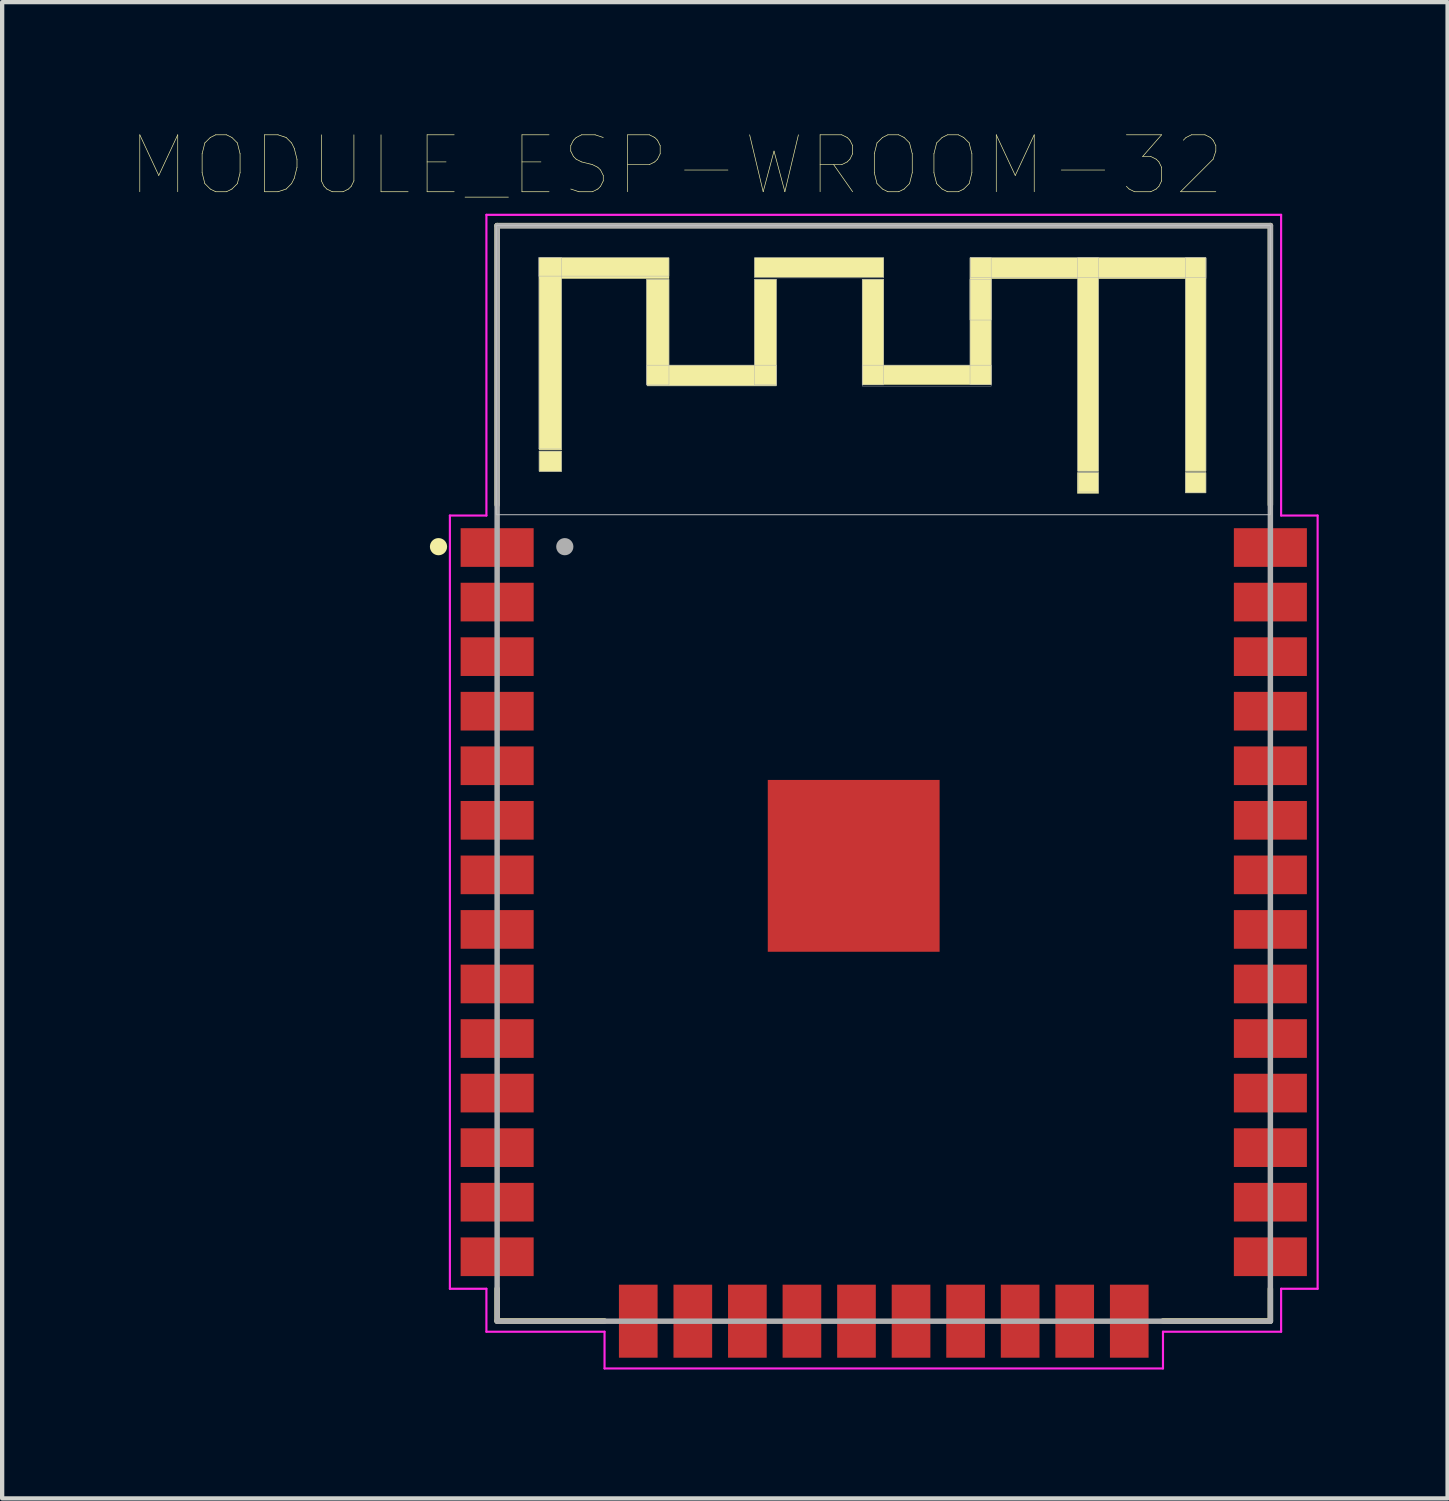
<source format=kicad_pcb>
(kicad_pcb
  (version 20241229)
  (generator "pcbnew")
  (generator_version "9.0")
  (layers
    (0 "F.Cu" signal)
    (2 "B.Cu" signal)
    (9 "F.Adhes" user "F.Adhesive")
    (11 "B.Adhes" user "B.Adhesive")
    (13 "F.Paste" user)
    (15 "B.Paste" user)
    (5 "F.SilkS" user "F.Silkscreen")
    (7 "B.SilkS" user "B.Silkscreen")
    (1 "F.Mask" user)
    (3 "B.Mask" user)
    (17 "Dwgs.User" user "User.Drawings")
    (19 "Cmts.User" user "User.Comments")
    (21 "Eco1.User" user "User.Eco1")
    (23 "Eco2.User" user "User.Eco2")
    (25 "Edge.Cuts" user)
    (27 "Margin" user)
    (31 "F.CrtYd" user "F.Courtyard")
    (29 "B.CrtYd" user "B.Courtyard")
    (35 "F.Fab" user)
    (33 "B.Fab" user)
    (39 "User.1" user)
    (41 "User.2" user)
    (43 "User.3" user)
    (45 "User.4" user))
  (footprint "MODULE_ESP-WROOM-32"
    (layer "F.Cu")
    (at 17.523 17.951)
    (property "Reference" "MODULE_ESP-WROOM-32" (at -4.826 -17.15 0) (layer "F.SilkS") (effects (font (size 1.325 1.325) (thickness 0.015))))
    (attr through_hole)
    (fp_line (start -9 -15.75) (end 9 -15.75) (stroke (width 0.127) (type solid)) (layer "F.SilkS"))
    (fp_line (start -9 -9.25) (end -9 -15.75) (stroke (width 0.127) (type solid)) (layer "F.SilkS"))
    (fp_line (start -9 9) (end -9 9.75) (stroke (width 0.127) (type solid)) (layer "F.SilkS"))
    (fp_line (start -9 9.75) (end -6.5 9.75) (stroke (width 0.127) (type solid)) (layer "F.SilkS"))
    (fp_line (start 6.5 9.75) (end 9 9.75) (stroke (width 0.127) (type solid)) (layer "F.SilkS"))
    (fp_line (start 9 -15.75) (end 9 -9.25) (stroke (width 0.127) (type solid)) (layer "F.SilkS"))
    (fp_line (start 9 9.75) (end 9 9) (stroke (width 0.127) (type solid)) (layer "F.SilkS"))
    (fp_circle (center -10.365 -8.275) (end -10.265 -8.275) (stroke (width 0.2) (type solid)) (fill no) (layer "F.SilkS"))
    (fp_poly (pts (xy -8.022 -15) (xy -7.5 -15) (xy -7.5 -10.529) (xy -8.022 -10.529)) (stroke (width 0.01) (type solid)) (fill yes) (layer "F.SilkS"))
    (fp_poly (pts (xy -8.02 -10.5) (xy -7.5 -10.5) (xy -7.5 -10.025) (xy -8.02 -10.025)) (stroke (width 0.01) (type solid)) (fill yes) (layer "F.SilkS"))
    (fp_poly (pts (xy -8.009 -15) (xy -5 -15) (xy -5 -14.517) (xy -8.009 -14.517)) (stroke (width 0.01) (type solid)) (fill yes) (layer "F.SilkS"))
    (fp_poly (pts (xy -5.522 -14.5) (xy -5 -14.5) (xy -5 -12.047) (xy -5.522 -12.047)) (stroke (width 0.01) (type solid)) (fill yes) (layer "F.SilkS"))
    (fp_poly (pts (xy -5.508 -12.5) (xy -2.5 -12.5) (xy -2.5 -12.018) (xy -5.508 -12.018)) (stroke (width 0.01) (type solid)) (fill yes) (layer "F.SilkS"))
    (fp_poly (pts (xy -3.01 -14.5) (xy -2.5 -14.5) (xy -2.5 -12.041) (xy -3.01 -12.041)) (stroke (width 0.01) (type solid)) (fill yes) (layer "F.SilkS"))
    (fp_poly (pts (xy -3.01 -15) (xy 0 -15) (xy 0 -14.549) (xy -3.01 -14.549)) (stroke (width 0.01) (type solid)) (fill yes) (layer "F.SilkS"))
    (fp_poly (pts (xy -0.502 -12.5) (xy 2.5 -12.5) (xy 2.5 -12.05) (xy -0.502 -12.05)) (stroke (width 0.01) (type solid)) (fill yes) (layer "F.SilkS"))
    (fp_poly (pts (xy -0.502 -14.5) (xy 0 -14.5) (xy 0 -12.049) (xy -0.502 -12.049)) (stroke (width 0.01) (type solid)) (fill yes) (layer "F.SilkS"))
    (fp_poly (pts (xy 2.008 -15) (xy 2.5 -15) (xy 2.5 -13.554) (xy 2.008 -13.554)) (stroke (width 0.01) (type solid)) (fill yes) (layer "F.SilkS"))
    (fp_poly (pts (xy 2.009 -14.5) (xy 2.5 -14.5) (xy 2.5 -12.053) (xy 2.009 -12.053)) (stroke (width 0.01) (type solid)) (fill yes) (layer "F.SilkS"))
    (fp_poly (pts (xy 2.012 -15) (xy 7.5 -15) (xy 7.5 -14.514) (xy 2.012 -14.514)) (stroke (width 0.01) (type solid)) (fill yes) (layer "F.SilkS"))
    (fp_poly (pts (xy 4.508 -10) (xy 5 -10) (xy 5 -9.517) (xy 4.508 -9.517)) (stroke (width 0.01) (type solid)) (fill yes) (layer "F.SilkS"))
    (fp_poly (pts (xy 4.514 -15) (xy 5 -15) (xy 5 -10.031) (xy 4.514 -10.031)) (stroke (width 0.01) (type solid)) (fill yes) (layer "F.SilkS"))
    (fp_poly (pts (xy 7.019 -10) (xy 7.5 -10) (xy 7.5 -9.526) (xy 7.019 -9.526)) (stroke (width 0.01) (type solid)) (fill yes) (layer "F.SilkS"))
    (fp_poly (pts (xy 7.021 -15) (xy 7.5 -15) (xy 7.5 -10.03) (xy 7.021 -10.03)) (stroke (width 0.01) (type solid)) (fill yes) (layer "F.SilkS"))
    (fp_poly (pts (xy -9.026 -15.75) (xy 9 -15.75) (xy 9 -9.026) (xy -9.026 -9.026)) (stroke (width 0.01) (type solid)) (fill no) (layer "Dwgs.User"))
    (fp_poly (pts (xy -9.024 -15.75) (xy 9 -15.75) (xy 9 -9.024) (xy -9.024 -9.024)) (stroke (width 0.01) (type solid)) (fill no) (layer "Dwgs.User"))
    (fp_poly (pts (xy -9.012 -15.75) (xy 9 -15.75) (xy 9 -9.012) (xy -9.012 -9.012)) (stroke (width 0.01) (type solid)) (fill no) (layer "Dwgs.User"))
    (fp_line (start -10.1 -9) (end -9.25 -9) (stroke (width 0.05) (type solid)) (layer "F.CrtYd"))
    (fp_line (start -10.1 9) (end -10.1 -9) (stroke (width 0.05) (type solid)) (layer "F.CrtYd"))
    (fp_line (start -9.25 -16) (end 9.25 -16) (stroke (width 0.05) (type solid)) (layer "F.CrtYd"))
    (fp_line (start -9.25 -9) (end -9.25 -16) (stroke (width 0.05) (type solid)) (layer "F.CrtYd"))
    (fp_line (start -9.25 9) (end -10.1 9) (stroke (width 0.05) (type solid)) (layer "F.CrtYd"))
    (fp_line (start -9.25 10) (end -9.25 9) (stroke (width 0.05) (type solid)) (layer "F.CrtYd"))
    (fp_line (start -6.5 10) (end -9.25 10) (stroke (width 0.05) (type solid)) (layer "F.CrtYd"))
    (fp_line (start -6.5 10.855) (end -6.5 10) (stroke (width 0.05) (type solid)) (layer "F.CrtYd"))
    (fp_line (start 6.5 10) (end 6.5 10.855) (stroke (width 0.05) (type solid)) (layer "F.CrtYd"))
    (fp_line (start 6.5 10.855) (end -6.5 10.855) (stroke (width 0.05) (type solid)) (layer "F.CrtYd"))
    (fp_line (start 9.25 -16) (end 9.25 -9) (stroke (width 0.05) (type solid)) (layer "F.CrtYd"))
    (fp_line (start 9.25 -9) (end 10.1 -9) (stroke (width 0.05) (type solid)) (layer "F.CrtYd"))
    (fp_line (start 9.25 9) (end 9.25 10) (stroke (width 0.05) (type solid)) (layer "F.CrtYd"))
    (fp_line (start 9.25 10) (end 6.5 10) (stroke (width 0.05) (type solid)) (layer "F.CrtYd"))
    (fp_line (start 10.1 -9) (end 10.1 9) (stroke (width 0.05) (type solid)) (layer "F.CrtYd"))
    (fp_line (start 10.1 9) (end 9.25 9) (stroke (width 0.05) (type solid)) (layer "F.CrtYd"))
    (fp_line (start -9 -15.745) (end -9 9.755) (stroke (width 0.127) (type solid)) (layer "F.Fab"))
    (fp_line (start -9 9.755) (end 9 9.755) (stroke (width 0.127) (type solid)) (layer "F.Fab"))
    (fp_line (start 9 -15.745) (end -9 -15.745) (stroke (width 0.127) (type solid)) (layer "F.Fab"))
    (fp_line (start 9 9.755) (end 9 -15.745) (stroke (width 0.127) (type solid)) (layer "F.Fab"))
    (fp_circle (center -7.425 -8.275) (end -7.325 -8.275) (stroke (width 0.2) (type solid)) (fill no) (layer "F.Fab"))
    (fp_poly (pts (xy -8.041 -15) (xy -5 -15) (xy -5 -14.574) (xy -8.041 -14.574)) (stroke (width 0.01) (type solid)) (fill no) (layer "F.Fab"))
    (fp_poly (pts (xy -8.038 -15) (xy -7.5 -15) (xy -7.5 -10.55) (xy -8.038 -10.55)) (stroke (width 0.01) (type solid)) (fill no) (layer "F.Fab"))
    (fp_poly (pts (xy -8.027 -10.5) (xy -7.5 -10.5) (xy -7.5 -10.033) (xy -8.027 -10.033)) (stroke (width 0.01) (type solid)) (fill no) (layer "F.Fab"))
    (fp_poly (pts (xy -5.518 -14.5) (xy -5 -14.5) (xy -5 -12.04) (xy -5.518 -12.04)) (stroke (width 0.01) (type solid)) (fill no) (layer "F.Fab"))
    (fp_poly (pts (xy -5.516 -12.5) (xy -2.5 -12.5) (xy -2.5 -12.034) (xy -5.516 -12.034)) (stroke (width 0.01) (type solid)) (fill no) (layer "F.Fab"))
    (fp_poly (pts (xy -3.01 -14.5) (xy -2.5 -14.5) (xy -2.5 -12.041) (xy -3.01 -12.041)) (stroke (width 0.01) (type solid)) (fill no) (layer "F.Fab"))
    (fp_poly (pts (xy -3.006 -15) (xy 0 -15) (xy 0 -14.531) (xy -3.006 -14.531)) (stroke (width 0.01) (type solid)) (fill no) (layer "F.Fab"))
    (fp_poly (pts (xy -0.502 -14.5) (xy 0 -14.5) (xy 0 -12.04) (xy -0.502 -12.04)) (stroke (width 0.01) (type solid)) (fill no) (layer "F.Fab"))
    (fp_poly (pts (xy -0.501 -12.5) (xy 2.5 -12.5) (xy 2.5 -12.012) (xy -0.501 -12.012)) (stroke (width 0.01) (type solid)) (fill no) (layer "F.Fab"))
    (fp_poly (pts (xy 2.008 -15) (xy 2.5 -15) (xy 2.5 -13.551) (xy 2.008 -13.551)) (stroke (width 0.01) (type solid)) (fill no) (layer "F.Fab"))
    (fp_poly (pts (xy 2.008 -14.5) (xy 2.5 -14.5) (xy 2.5 -12.046) (xy 2.008 -12.046)) (stroke (width 0.01) (type solid)) (fill no) (layer "F.Fab"))
    (fp_poly (pts (xy 2.015 -15) (xy 7.5 -15) (xy 7.5 -14.541) (xy 2.015 -14.541)) (stroke (width 0.01) (type solid)) (fill no) (layer "F.Fab"))
    (fp_poly (pts (xy 4.515 -15) (xy 5 -15) (xy 5 -10.033) (xy 4.515 -10.033)) (stroke (width 0.01) (type solid)) (fill no) (layer "F.Fab"))
    (fp_poly (pts (xy 4.523 -10) (xy 5 -10) (xy 5 -9.548) (xy 4.523 -9.548)) (stroke (width 0.01) (type solid)) (fill no) (layer "F.Fab"))
    (fp_poly (pts (xy 7.022 -10) (xy 7.5 -10) (xy 7.5 -9.529) (xy 7.022 -9.529)) (stroke (width 0.01) (type solid)) (fill no) (layer "F.Fab"))
    (fp_poly (pts (xy 7.026 -15) (xy 7.5 -15) (xy 7.5 -10.037) (xy 7.026 -10.037)) (stroke (width 0.01) (type solid)) (fill no) (layer "F.Fab"))
    (pad "1" smd rect (at -9 -8.255) (size 1.7 0.9) (layers "F.Cu" "F.Mask" "F.Paste"))
    (pad "1.1" smd rect (at -0.7 -0.845) (size 4 4) (layers "F.Cu" "F.Mask" "F.Paste"))
    (pad "2" smd rect (at -9 -6.985) (size 1.7 0.9) (layers "F.Cu" "F.Mask" "F.Paste"))
    (pad "3" smd rect (at -9 -5.715) (size 1.7 0.9) (layers "F.Cu" "F.Mask" "F.Paste"))
    (pad "4" smd rect (at -9 -4.445) (size 1.7 0.9) (layers "F.Cu" "F.Mask" "F.Paste"))
    (pad "5" smd rect (at -9 -3.175) (size 1.7 0.9) (layers "F.Cu" "F.Mask" "F.Paste"))
    (pad "6" smd rect (at -9 -1.905) (size 1.7 0.9) (layers "F.Cu" "F.Mask" "F.Paste"))
    (pad "7" smd rect (at -9 -0.635) (size 1.7 0.9) (layers "F.Cu" "F.Mask" "F.Paste"))
    (pad "8" smd rect (at -9 0.635) (size 1.7 0.9) (layers "F.Cu" "F.Mask" "F.Paste"))
    (pad "9" smd rect (at -9 1.905) (size 1.7 0.9) (layers "F.Cu" "F.Mask" "F.Paste"))
    (pad "10" smd rect (at -9 3.175) (size 1.7 0.9) (layers "F.Cu" "F.Mask" "F.Paste"))
    (pad "11" smd rect (at -9 4.445) (size 1.7 0.9) (layers "F.Cu" "F.Mask" "F.Paste"))
    (pad "12" smd rect (at -9 5.715) (size 1.7 0.9) (layers "F.Cu" "F.Mask" "F.Paste"))
    (pad "13" smd rect (at -9 6.985) (size 1.7 0.9) (layers "F.Cu" "F.Mask" "F.Paste"))
    (pad "14" smd rect (at -9 8.255) (size 1.7 0.9) (layers "F.Cu" "F.Mask" "F.Paste"))
    (pad "15" smd rect (at -5.715 9.755) (size 0.9 1.7) (layers "F.Cu" "F.Mask" "F.Paste"))
    (pad "16" smd rect (at -4.445 9.755) (size 0.9 1.7) (layers "F.Cu" "F.Mask" "F.Paste"))
    (pad "17" smd rect (at -3.175 9.755) (size 0.9 1.7) (layers "F.Cu" "F.Mask" "F.Paste"))
    (pad "18" smd rect (at -1.905 9.755) (size 0.9 1.7) (layers "F.Cu" "F.Mask" "F.Paste"))
    (pad "19" smd rect (at -0.635 9.755) (size 0.9 1.7) (layers "F.Cu" "F.Mask" "F.Paste"))
    (pad "20" smd rect (at 0.635 9.755) (size 0.9 1.7) (layers "F.Cu" "F.Mask" "F.Paste"))
    (pad "21" smd rect (at 1.905 9.755) (size 0.9 1.7) (layers "F.Cu" "F.Mask" "F.Paste"))
    (pad "22" smd rect (at 3.175 9.755) (size 0.9 1.7) (layers "F.Cu" "F.Mask" "F.Paste"))
    (pad "23" smd rect (at 4.445 9.755) (size 0.9 1.7) (layers "F.Cu" "F.Mask" "F.Paste"))
    (pad "24" smd rect (at 5.715 9.755) (size 0.9 1.7) (layers "F.Cu" "F.Mask" "F.Paste"))
    (pad "25" smd rect (at 9 8.255) (size 1.7 0.9) (layers "F.Cu" "F.Mask" "F.Paste"))
    (pad "26" smd rect (at 9 6.985) (size 1.7 0.9) (layers "F.Cu" "F.Mask" "F.Paste"))
    (pad "27" smd rect (at 9 5.715) (size 1.7 0.9) (layers "F.Cu" "F.Mask" "F.Paste"))
    (pad "28" smd rect (at 9 4.445) (size 1.7 0.9) (layers "F.Cu" "F.Mask" "F.Paste"))
    (pad "29" smd rect (at 9 3.175) (size 1.7 0.9) (layers "F.Cu" "F.Mask" "F.Paste"))
    (pad "30" smd rect (at 9 1.905) (size 1.7 0.9) (layers "F.Cu" "F.Mask" "F.Paste"))
    (pad "31" smd rect (at 9 0.635) (size 1.7 0.9) (layers "F.Cu" "F.Mask" "F.Paste"))
    (pad "32" smd rect (at 9 -0.635) (size 1.7 0.9) (layers "F.Cu" "F.Mask" "F.Paste"))
    (pad "33" smd rect (at 9 -1.905) (size 1.7 0.9) (layers "F.Cu" "F.Mask" "F.Paste"))
    (pad "34" smd rect (at 9 -3.175) (size 1.7 0.9) (layers "F.Cu" "F.Mask" "F.Paste"))
    (pad "35" smd rect (at 9 -4.445) (size 1.7 0.9) (layers "F.Cu" "F.Mask" "F.Paste"))
    (pad "36" smd rect (at 9 -5.715) (size 1.7 0.9) (layers "F.Cu" "F.Mask" "F.Paste"))
    (pad "37" smd rect (at 9 -6.985) (size 1.7 0.9) (layers "F.Cu" "F.Mask" "F.Paste"))
    (pad "38" smd rect (at 9 -8.255) (size 1.7 0.9) (layers "F.Cu" "F.Mask" "F.Paste")))
  (gr_rect
    (start -3 -3)
    (end 30.648 31.831)
    (stroke (width 0.1) (type default))
    (fill no)
    (layer "Edge.Cuts")))
</source>
